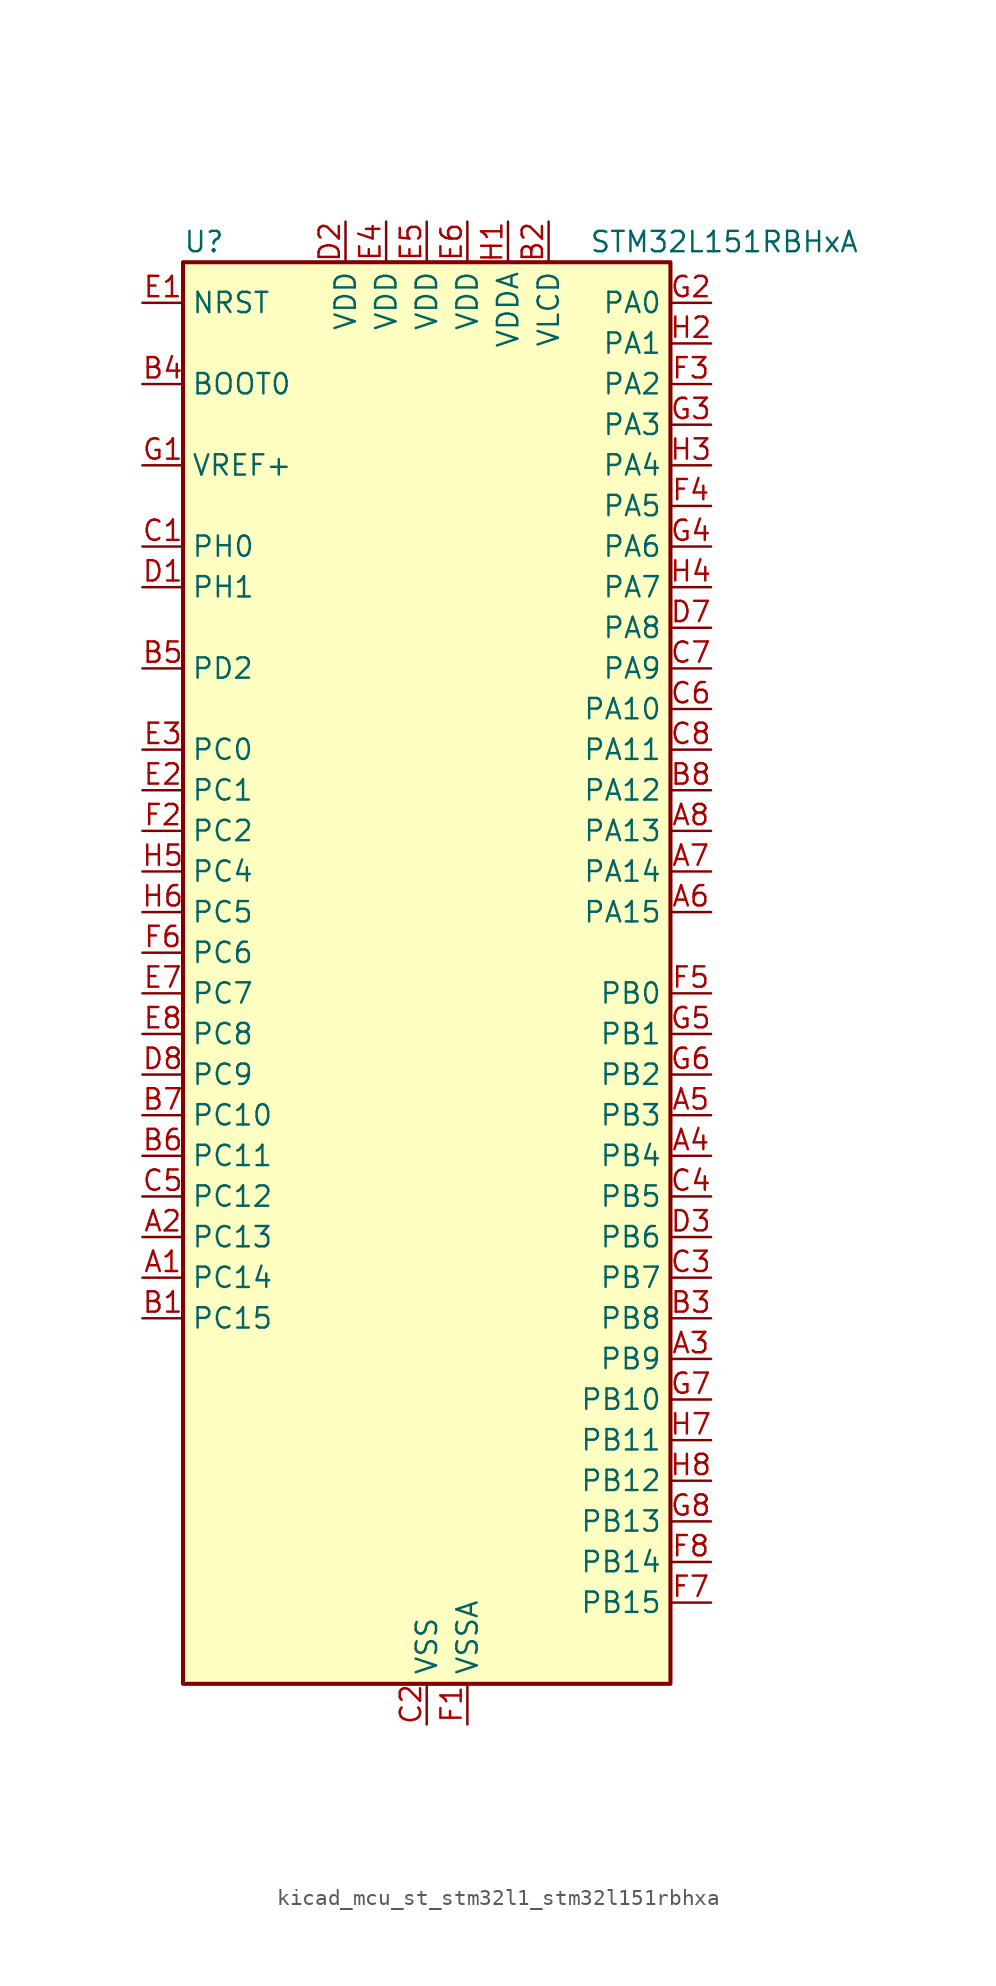
<source format=kicad_sym>
(kicad_symbol_lib
  (version 20220914)
  (generator kicad_symbol_editor)
  (symbol "kicad_mcu_st_stm32l1_stm32l151rbhxa"
    (property "Reference" "U"
      (at -15.24 46.99 0)
      (effects (font (size 1.27 1.27)) (justify left)))
    (property "Value" "STM32L151RBHxA"
      (at 10.16 46.99 0)
      (effects (font (size 1.27 1.27)) (justify left)))
    (property "ki_locked" ""
      (at 0 0 0)
      (effects (font (size 1.27 1.27))))
    (symbol "kicad_mcu_st_stm32l1_stm32l151rbhxa_0_1"
      (rectangle (start -15.24 -43.18) (end 15.24 45.72) (stroke (width 0.254) (type default)) (fill (type background))))
    (symbol "kicad_mcu_st_stm32l1_stm32l151rbhxa_1_1"
      (pin bidirectional line (at -17.78 -17.78 0) (length 2.54) (name "PC14" (effects (font (size 1.27 1.27)))) (number "A1" (effects (font (size 1.27 1.27)))) (alternate "RCC_OSC32_IN" bidirectional line) (alternate "TIMX_IC3" bidirectional line))
      (pin bidirectional line (at -17.78 -15.24 0) (length 2.54) (name "PC13" (effects (font (size 1.27 1.27)))) (number "A2" (effects (font (size 1.27 1.27)))) (alternate "RTC_OUT_ALARM" bidirectional line) (alternate "RTC_OUT_CALIB" bidirectional line) (alternate "RTC_TAMP1" bidirectional line) (alternate "RTC_TS" bidirectional line) (alternate "SYS_WKUP2" bidirectional line) (alternate "TIMX_IC2" bidirectional line))
      (pin bidirectional line (at 17.78 -22.86 180) (length 2.54) (name "PB9" (effects (font (size 1.27 1.27)))) (number "A3" (effects (font (size 1.27 1.27)))) (alternate "DAC_EXTI9" bidirectional line) (alternate "I2C1_SDA" bidirectional line) (alternate "TIM11_CH1" bidirectional line) (alternate "TIM4_CH4" bidirectional line))
      (pin bidirectional line (at 17.78 -10.16 180) (length 2.54) (name "PB4" (effects (font (size 1.27 1.27)))) (number "A4" (effects (font (size 1.27 1.27)))) (alternate "COMP2_INP" bidirectional line) (alternate "SPI1_MISO" bidirectional line) (alternate "SYS_JTRST" bidirectional line) (alternate "TIM3_CH1" bidirectional line) (alternate "TS_G6_IO1" bidirectional line))
      (pin bidirectional line (at 17.78 -7.62 180) (length 2.54) (name "PB3" (effects (font (size 1.27 1.27)))) (number "A5" (effects (font (size 1.27 1.27)))) (alternate "COMP2_INM" bidirectional line) (alternate "SPI1_SCK" bidirectional line) (alternate "SYS_JTDO-TRACESWO" bidirectional line) (alternate "TIM2_CH2" bidirectional line))
      (pin bidirectional line (at 17.78 5.08 180) (length 2.54) (name "PA15" (effects (font (size 1.27 1.27)))) (number "A6" (effects (font (size 1.27 1.27)))) (alternate "ADC_EXTI15" bidirectional line) (alternate "SPI1_NSS" bidirectional line) (alternate "SYS_JTDI" bidirectional line) (alternate "TIM2_CH1" bidirectional line) (alternate "TIM2_ETR" bidirectional line) (alternate "TIMX_IC4" bidirectional line) (alternate "TS_G5_IO3" bidirectional line))
      (pin bidirectional line (at 17.78 7.62 180) (length 2.54) (name "PA14" (effects (font (size 1.27 1.27)))) (number "A7" (effects (font (size 1.27 1.27)))) (alternate "SYS_JTCK-SWCLK" bidirectional line) (alternate "TIMX_IC3" bidirectional line) (alternate "TS_G5_IO2" bidirectional line))
      (pin bidirectional line (at 17.78 10.16 180) (length 2.54) (name "PA13" (effects (font (size 1.27 1.27)))) (number "A8" (effects (font (size 1.27 1.27)))) (alternate "SYS_JTMS-SWDIO" bidirectional line) (alternate "TIMX_IC2" bidirectional line) (alternate "TS_G5_IO1" bidirectional line))
      (pin bidirectional line (at -17.78 -20.32 0) (length 2.54) (name "PC15" (effects (font (size 1.27 1.27)))) (number "B1" (effects (font (size 1.27 1.27)))) (alternate "ADC_EXTI15" bidirectional line) (alternate "RCC_OSC32_OUT" bidirectional line) (alternate "TIMX_IC4" bidirectional line))
      (pin power_in line (at 7.62 48.26 270) (length 2.54) (name "VLCD" (effects (font (size 1.27 1.27)))) (number "B2" (effects (font (size 1.27 1.27)))))
      (pin bidirectional line (at 17.78 -20.32 180) (length 2.54) (name "PB8" (effects (font (size 1.27 1.27)))) (number "B3" (effects (font (size 1.27 1.27)))) (alternate "I2C1_SCL" bidirectional line) (alternate "TIM10_CH1" bidirectional line) (alternate "TIM4_CH3" bidirectional line))
      (pin input line (at -17.78 38.1 0) (length 2.54) (name "BOOT0" (effects (font (size 1.27 1.27)))) (number "B4" (effects (font (size 1.27 1.27)))))
      (pin bidirectional line (at -17.78 20.32 0) (length 2.54) (name "PD2" (effects (font (size 1.27 1.27)))) (number "B5" (effects (font (size 1.27 1.27)))) (alternate "TIM3_ETR" bidirectional line) (alternate "TIMX_IC3" bidirectional line))
      (pin bidirectional line (at -17.78 -10.16 0) (length 2.54) (name "PC11" (effects (font (size 1.27 1.27)))) (number "B6" (effects (font (size 1.27 1.27)))) (alternate "ADC_EXTI11" bidirectional line) (alternate "TIMX_IC4" bidirectional line) (alternate "USART3_RX" bidirectional line))
      (pin bidirectional line (at -17.78 -7.62 0) (length 2.54) (name "PC10" (effects (font (size 1.27 1.27)))) (number "B7" (effects (font (size 1.27 1.27)))) (alternate "TIMX_IC3" bidirectional line) (alternate "USART3_TX" bidirectional line))
      (pin bidirectional line (at 17.78 12.7 180) (length 2.54) (name "PA12" (effects (font (size 1.27 1.27)))) (number "B8" (effects (font (size 1.27 1.27)))) (alternate "SPI1_MOSI" bidirectional line) (alternate "TIMX_IC1" bidirectional line) (alternate "USART1_RTS" bidirectional line) (alternate "USB_DP" bidirectional line))
      (pin bidirectional line (at -17.78 27.94 0) (length 2.54) (name "PH0" (effects (font (size 1.27 1.27)))) (number "C1" (effects (font (size 1.27 1.27)))) (alternate "RCC_OSC_IN" bidirectional line))
      (pin power_in line (at 0 -45.72 90) (length 2.54) (name "VSS" (effects (font (size 1.27 1.27)))) (number "C2" (effects (font (size 1.27 1.27)))))
      (pin bidirectional line (at 17.78 -17.78 180) (length 2.54) (name "PB7" (effects (font (size 1.27 1.27)))) (number "C3" (effects (font (size 1.27 1.27)))) (alternate "I2C1_SDA" bidirectional line) (alternate "SYS_PVD_IN" bidirectional line) (alternate "TIM4_CH2" bidirectional line) (alternate "TS_G6_IO4" bidirectional line) (alternate "USART1_RX" bidirectional line))
      (pin bidirectional line (at 17.78 -12.7 180) (length 2.54) (name "PB5" (effects (font (size 1.27 1.27)))) (number "C4" (effects (font (size 1.27 1.27)))) (alternate "COMP2_INP" bidirectional line) (alternate "I2C1_SMBA" bidirectional line) (alternate "SPI1_MOSI" bidirectional line) (alternate "TIM3_CH2" bidirectional line) (alternate "TS_G6_IO2" bidirectional line))
      (pin bidirectional line (at -17.78 -12.7 0) (length 2.54) (name "PC12" (effects (font (size 1.27 1.27)))) (number "C5" (effects (font (size 1.27 1.27)))) (alternate "TIMX_IC1" bidirectional line) (alternate "USART3_CK" bidirectional line))
      (pin bidirectional line (at 17.78 17.78 180) (length 2.54) (name "PA10" (effects (font (size 1.27 1.27)))) (number "C6" (effects (font (size 1.27 1.27)))) (alternate "TIMX_IC3" bidirectional line) (alternate "TS_G4_IO3" bidirectional line) (alternate "USART1_RX" bidirectional line))
      (pin bidirectional line (at 17.78 20.32 180) (length 2.54) (name "PA9" (effects (font (size 1.27 1.27)))) (number "C7" (effects (font (size 1.27 1.27)))) (alternate "DAC_EXTI9" bidirectional line) (alternate "TIMX_IC2" bidirectional line) (alternate "TS_G4_IO2" bidirectional line) (alternate "USART1_TX" bidirectional line))
      (pin bidirectional line (at 17.78 15.24 180) (length 2.54) (name "PA11" (effects (font (size 1.27 1.27)))) (number "C8" (effects (font (size 1.27 1.27)))) (alternate "ADC_EXTI11" bidirectional line) (alternate "SPI1_MISO" bidirectional line) (alternate "TIMX_IC4" bidirectional line) (alternate "USART1_CTS" bidirectional line) (alternate "USB_DM" bidirectional line))
      (pin bidirectional line (at -17.78 25.4 0) (length 2.54) (name "PH1" (effects (font (size 1.27 1.27)))) (number "D1" (effects (font (size 1.27 1.27)))) (alternate "RCC_OSC_OUT" bidirectional line))
      (pin power_in line (at -5.08 48.26 270) (length 2.54) (name "VDD" (effects (font (size 1.27 1.27)))) (number "D2" (effects (font (size 1.27 1.27)))))
      (pin bidirectional line (at 17.78 -15.24 180) (length 2.54) (name "PB6" (effects (font (size 1.27 1.27)))) (number "D3" (effects (font (size 1.27 1.27)))) (alternate "I2C1_SCL" bidirectional line) (alternate "TIM4_CH1" bidirectional line) (alternate "TS_G6_IO3" bidirectional line) (alternate "USART1_TX" bidirectional line))
      (pin passive line (at 0 -45.72 90) (length 2.54) hide (name "VSS" (effects (font (size 1.27 1.27)))) (number "D4" (effects (font (size 1.27 1.27)))))
      (pin passive line (at 0 -45.72 90) (length 2.54) hide (name "VSS" (effects (font (size 1.27 1.27)))) (number "D5" (effects (font (size 1.27 1.27)))))
      (pin passive line (at 0 -45.72 90) (length 2.54) hide (name "VSS" (effects (font (size 1.27 1.27)))) (number "D6" (effects (font (size 1.27 1.27)))))
      (pin bidirectional line (at 17.78 22.86 180) (length 2.54) (name "PA8" (effects (font (size 1.27 1.27)))) (number "D7" (effects (font (size 1.27 1.27)))) (alternate "RCC_MCO" bidirectional line) (alternate "TIMX_IC1" bidirectional line) (alternate "TS_G4_IO1" bidirectional line) (alternate "USART1_CK" bidirectional line))
      (pin bidirectional line (at -17.78 -5.08 0) (length 2.54) (name "PC9" (effects (font (size 1.27 1.27)))) (number "D8" (effects (font (size 1.27 1.27)))) (alternate "DAC_EXTI9" bidirectional line) (alternate "TIM3_CH4" bidirectional line) (alternate "TIMX_IC2" bidirectional line) (alternate "TS_G10_IO4" bidirectional line))
      (pin input line (at -17.78 43.18 0) (length 2.54) (name "NRST" (effects (font (size 1.27 1.27)))) (number "E1" (effects (font (size 1.27 1.27)))))
      (pin bidirectional line (at -17.78 12.7 0) (length 2.54) (name "PC1" (effects (font (size 1.27 1.27)))) (number "E2" (effects (font (size 1.27 1.27)))) (alternate "ADC_IN11" bidirectional line) (alternate "COMP1_INP" bidirectional line) (alternate "TIMX_IC2" bidirectional line) (alternate "TS_G8_IO2" bidirectional line))
      (pin bidirectional line (at -17.78 15.24 0) (length 2.54) (name "PC0" (effects (font (size 1.27 1.27)))) (number "E3" (effects (font (size 1.27 1.27)))) (alternate "ADC_IN10" bidirectional line) (alternate "COMP1_INP" bidirectional line) (alternate "TIMX_IC1" bidirectional line) (alternate "TS_G8_IO1" bidirectional line))
      (pin power_in line (at -2.54 48.26 270) (length 2.54) (name "VDD" (effects (font (size 1.27 1.27)))) (number "E4" (effects (font (size 1.27 1.27)))))
      (pin power_in line (at 0 48.26 270) (length 2.54) (name "VDD" (effects (font (size 1.27 1.27)))) (number "E5" (effects (font (size 1.27 1.27)))))
      (pin power_in line (at 2.54 48.26 270) (length 2.54) (name "VDD" (effects (font (size 1.27 1.27)))) (number "E6" (effects (font (size 1.27 1.27)))))
      (pin bidirectional line (at -17.78 0 0) (length 2.54) (name "PC7" (effects (font (size 1.27 1.27)))) (number "E7" (effects (font (size 1.27 1.27)))) (alternate "TIM3_CH2" bidirectional line) (alternate "TIMX_IC4" bidirectional line) (alternate "TS_G10_IO2" bidirectional line))
      (pin bidirectional line (at -17.78 -2.54 0) (length 2.54) (name "PC8" (effects (font (size 1.27 1.27)))) (number "E8" (effects (font (size 1.27 1.27)))) (alternate "TIM3_CH3" bidirectional line) (alternate "TIMX_IC1" bidirectional line) (alternate "TS_G10_IO3" bidirectional line))
      (pin power_in line (at 2.54 -45.72 90) (length 2.54) (name "VSSA" (effects (font (size 1.27 1.27)))) (number "F1" (effects (font (size 1.27 1.27)))))
      (pin bidirectional line (at -17.78 10.16 0) (length 2.54) (name "PC2" (effects (font (size 1.27 1.27)))) (number "F2" (effects (font (size 1.27 1.27)))) (alternate "ADC_IN12" bidirectional line) (alternate "COMP1_INP" bidirectional line) (alternate "TIMX_IC3" bidirectional line) (alternate "TS_G8_IO3" bidirectional line))
      (pin bidirectional line (at 17.78 38.1 180) (length 2.54) (name "PA2" (effects (font (size 1.27 1.27)))) (number "F3" (effects (font (size 1.27 1.27)))) (alternate "ADC_IN2" bidirectional line) (alternate "COMP1_INP" bidirectional line) (alternate "TIM2_CH3" bidirectional line) (alternate "TIM9_CH1" bidirectional line) (alternate "TIMX_IC3" bidirectional line) (alternate "TS_G1_IO3" bidirectional line) (alternate "USART2_TX" bidirectional line))
      (pin bidirectional line (at 17.78 30.48 180) (length 2.54) (name "PA5" (effects (font (size 1.27 1.27)))) (number "F4" (effects (font (size 1.27 1.27)))) (alternate "ADC_IN5" bidirectional line) (alternate "COMP1_INP" bidirectional line) (alternate "DAC_OUT2" bidirectional line) (alternate "SPI1_SCK" bidirectional line) (alternate "TIM2_CH1" bidirectional line) (alternate "TIM2_ETR" bidirectional line) (alternate "TIMX_IC2" bidirectional line))
      (pin bidirectional line (at 17.78 0 180) (length 2.54) (name "PB0" (effects (font (size 1.27 1.27)))) (number "F5" (effects (font (size 1.27 1.27)))) (alternate "ADC_IN8" bidirectional line) (alternate "COMP1_INP" bidirectional line) (alternate "SYS_V_REF_OUT" bidirectional line) (alternate "TIM3_CH3" bidirectional line) (alternate "TS_G3_IO1" bidirectional line))
      (pin bidirectional line (at -17.78 2.54 0) (length 2.54) (name "PC6" (effects (font (size 1.27 1.27)))) (number "F6" (effects (font (size 1.27 1.27)))) (alternate "TIM3_CH1" bidirectional line) (alternate "TIMX_IC3" bidirectional line) (alternate "TS_G10_IO1" bidirectional line))
      (pin bidirectional line (at 17.78 -38.1 180) (length 2.54) (name "PB15" (effects (font (size 1.27 1.27)))) (number "F7" (effects (font (size 1.27 1.27)))) (alternate "ADC_EXTI15" bidirectional line) (alternate "ADC_IN21" bidirectional line) (alternate "COMP1_INP" bidirectional line) (alternate "RTC_REFIN" bidirectional line) (alternate "SPI2_MOSI" bidirectional line) (alternate "TIM11_CH1" bidirectional line) (alternate "TS_G7_IO4" bidirectional line))
      (pin bidirectional line (at 17.78 -35.56 180) (length 2.54) (name "PB14" (effects (font (size 1.27 1.27)))) (number "F8" (effects (font (size 1.27 1.27)))) (alternate "ADC_IN20" bidirectional line) (alternate "COMP1_INP" bidirectional line) (alternate "SPI2_MISO" bidirectional line) (alternate "TIM9_CH2" bidirectional line) (alternate "TS_G7_IO3" bidirectional line) (alternate "USART3_RTS" bidirectional line))
      (pin input line (at -17.78 33.02 0) (length 2.54) (name "VREF+" (effects (font (size 1.27 1.27)))) (number "G1" (effects (font (size 1.27 1.27)))))
      (pin bidirectional line (at 17.78 43.18 180) (length 2.54) (name "PA0" (effects (font (size 1.27 1.27)))) (number "G2" (effects (font (size 1.27 1.27)))) (alternate "ADC_IN0" bidirectional line) (alternate "COMP1_INP" bidirectional line) (alternate "RTC_TAMP2" bidirectional line) (alternate "SYS_WKUP1" bidirectional line) (alternate "TIM2_CH1" bidirectional line) (alternate "TIM2_ETR" bidirectional line) (alternate "TIMX_IC1" bidirectional line) (alternate "TS_G1_IO1" bidirectional line) (alternate "USART2_CTS" bidirectional line))
      (pin bidirectional line (at 17.78 35.56 180) (length 2.54) (name "PA3" (effects (font (size 1.27 1.27)))) (number "G3" (effects (font (size 1.27 1.27)))) (alternate "ADC_IN3" bidirectional line) (alternate "COMP1_INP" bidirectional line) (alternate "TIM2_CH4" bidirectional line) (alternate "TIM9_CH2" bidirectional line) (alternate "TIMX_IC4" bidirectional line) (alternate "TS_G1_IO4" bidirectional line) (alternate "USART2_RX" bidirectional line))
      (pin bidirectional line (at 17.78 27.94 180) (length 2.54) (name "PA6" (effects (font (size 1.27 1.27)))) (number "G4" (effects (font (size 1.27 1.27)))) (alternate "ADC_IN6" bidirectional line) (alternate "COMP1_INP" bidirectional line) (alternate "SPI1_MISO" bidirectional line) (alternate "TIM10_CH1" bidirectional line) (alternate "TIM3_CH1" bidirectional line) (alternate "TIMX_IC3" bidirectional line) (alternate "TS_G2_IO1" bidirectional line))
      (pin bidirectional line (at 17.78 -2.54 180) (length 2.54) (name "PB1" (effects (font (size 1.27 1.27)))) (number "G5" (effects (font (size 1.27 1.27)))) (alternate "ADC_IN9" bidirectional line) (alternate "COMP1_INP" bidirectional line) (alternate "SYS_V_REF_OUT" bidirectional line) (alternate "TIM3_CH4" bidirectional line) (alternate "TS_G3_IO2" bidirectional line))
      (pin bidirectional line (at 17.78 -5.08 180) (length 2.54) (name "PB2" (effects (font (size 1.27 1.27)))) (number "G6" (effects (font (size 1.27 1.27)))) (alternate "TS_G3_IO3" bidirectional line))
      (pin bidirectional line (at 17.78 -25.4 180) (length 2.54) (name "PB10" (effects (font (size 1.27 1.27)))) (number "G7" (effects (font (size 1.27 1.27)))) (alternate "I2C2_SCL" bidirectional line) (alternate "TIM2_CH3" bidirectional line) (alternate "USART3_TX" bidirectional line))
      (pin bidirectional line (at 17.78 -33.02 180) (length 2.54) (name "PB13" (effects (font (size 1.27 1.27)))) (number "G8" (effects (font (size 1.27 1.27)))) (alternate "ADC_IN19" bidirectional line) (alternate "COMP1_INP" bidirectional line) (alternate "SPI2_SCK" bidirectional line) (alternate "TIM9_CH1" bidirectional line) (alternate "TS_G7_IO2" bidirectional line) (alternate "USART3_CTS" bidirectional line))
      (pin power_in line (at 5.08 48.26 270) (length 2.54) (name "VDDA" (effects (font (size 1.27 1.27)))) (number "H1" (effects (font (size 1.27 1.27)))))
      (pin bidirectional line (at 17.78 40.64 180) (length 2.54) (name "PA1" (effects (font (size 1.27 1.27)))) (number "H2" (effects (font (size 1.27 1.27)))) (alternate "ADC_IN1" bidirectional line) (alternate "COMP1_INP" bidirectional line) (alternate "TIM2_CH2" bidirectional line) (alternate "TIMX_IC2" bidirectional line) (alternate "TS_G1_IO2" bidirectional line) (alternate "USART2_RTS" bidirectional line))
      (pin bidirectional line (at 17.78 33.02 180) (length 2.54) (name "PA4" (effects (font (size 1.27 1.27)))) (number "H3" (effects (font (size 1.27 1.27)))) (alternate "ADC_IN4" bidirectional line) (alternate "COMP1_INP" bidirectional line) (alternate "DAC_OUT1" bidirectional line) (alternate "SPI1_NSS" bidirectional line) (alternate "TIMX_IC1" bidirectional line) (alternate "USART2_CK" bidirectional line))
      (pin bidirectional line (at 17.78 25.4 180) (length 2.54) (name "PA7" (effects (font (size 1.27 1.27)))) (number "H4" (effects (font (size 1.27 1.27)))) (alternate "ADC_IN7" bidirectional line) (alternate "COMP1_INP" bidirectional line) (alternate "SPI1_MOSI" bidirectional line) (alternate "TIM11_CH1" bidirectional line) (alternate "TIM3_CH2" bidirectional line) (alternate "TIMX_IC4" bidirectional line) (alternate "TS_G2_IO2" bidirectional line))
      (pin bidirectional line (at -17.78 7.62 0) (length 2.54) (name "PC4" (effects (font (size 1.27 1.27)))) (number "H5" (effects (font (size 1.27 1.27)))) (alternate "ADC_IN14" bidirectional line) (alternate "COMP1_INP" bidirectional line) (alternate "TIMX_IC1" bidirectional line) (alternate "TS_G9_IO1" bidirectional line))
      (pin bidirectional line (at -17.78 5.08 0) (length 2.54) (name "PC5" (effects (font (size 1.27 1.27)))) (number "H6" (effects (font (size 1.27 1.27)))) (alternate "ADC_IN15" bidirectional line) (alternate "COMP1_INP" bidirectional line) (alternate "TIMX_IC2" bidirectional line) (alternate "TS_G9_IO2" bidirectional line))
      (pin bidirectional line (at 17.78 -27.94 180) (length 2.54) (name "PB11" (effects (font (size 1.27 1.27)))) (number "H7" (effects (font (size 1.27 1.27)))) (alternate "ADC_EXTI11" bidirectional line) (alternate "I2C2_SDA" bidirectional line) (alternate "TIM2_CH4" bidirectional line) (alternate "USART3_RX" bidirectional line))
      (pin bidirectional line (at 17.78 -30.48 180) (length 2.54) (name "PB12" (effects (font (size 1.27 1.27)))) (number "H8" (effects (font (size 1.27 1.27)))) (alternate "ADC_IN18" bidirectional line) (alternate "COMP1_INP" bidirectional line) (alternate "I2C2_SMBA" bidirectional line) (alternate "SPI2_NSS" bidirectional line) (alternate "TIM10_CH1" bidirectional line) (alternate "TS_G7_IO1" bidirectional line) (alternate "USART3_CK" bidirectional line)))))
</source>
